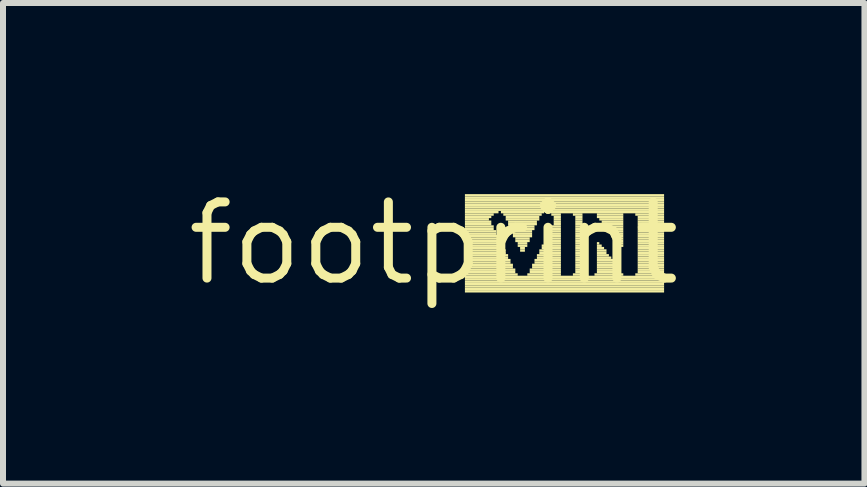
<source format=kicad_pcb>
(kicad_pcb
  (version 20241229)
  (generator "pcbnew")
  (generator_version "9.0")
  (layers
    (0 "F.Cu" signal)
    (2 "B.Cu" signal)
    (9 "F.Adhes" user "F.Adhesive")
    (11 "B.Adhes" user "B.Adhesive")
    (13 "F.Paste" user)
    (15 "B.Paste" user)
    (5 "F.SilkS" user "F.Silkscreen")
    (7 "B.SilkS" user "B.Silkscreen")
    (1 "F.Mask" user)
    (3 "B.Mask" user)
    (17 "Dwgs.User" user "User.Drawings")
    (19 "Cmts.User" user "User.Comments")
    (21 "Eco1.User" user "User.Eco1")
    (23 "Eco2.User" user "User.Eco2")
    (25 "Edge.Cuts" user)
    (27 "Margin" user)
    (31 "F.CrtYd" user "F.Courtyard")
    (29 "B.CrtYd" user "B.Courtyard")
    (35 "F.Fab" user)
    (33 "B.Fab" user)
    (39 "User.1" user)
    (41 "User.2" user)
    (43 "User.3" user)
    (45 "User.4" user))
  (footprint "footprint"
    (layer "F.Cu")
    (at 4.18 1.006)
    (property "Reference" "footprint" (at 0 0 0) (layer "F.SilkS") (effects (font (size 1.27 1.27) (thickness 0.15))))
    (fp_poly (pts (xy 0.52 -0.78) (xy 3.84 -0.78) (xy 3.84 -0.82) (xy 0.52 -0.82)) (stroke (width 0) (type solid)) (fill yes) (layer "F.SilkS"))
    (fp_poly (pts (xy 0.52 -0.74) (xy 3.84 -0.74) (xy 3.84 -0.78) (xy 0.52 -0.78)) (stroke (width 0) (type solid)) (fill yes) (layer "F.SilkS"))
    (fp_poly (pts (xy 0.52 -0.7) (xy 3.84 -0.7) (xy 3.84 -0.74) (xy 0.52 -0.74)) (stroke (width 0) (type solid)) (fill yes) (layer "F.SilkS"))
    (fp_poly (pts (xy 0.52 -0.66) (xy 3.84 -0.66) (xy 3.84 -0.7) (xy 0.52 -0.7)) (stroke (width 0) (type solid)) (fill yes) (layer "F.SilkS"))
    (fp_poly (pts (xy 0.52 -0.62) (xy 3.84 -0.62) (xy 3.84 -0.66) (xy 0.52 -0.66)) (stroke (width 0) (type solid)) (fill yes) (layer "F.SilkS"))
    (fp_poly (pts (xy 0.52 -0.58) (xy 3.84 -0.58) (xy 3.84 -0.62) (xy 0.52 -0.62)) (stroke (width 0) (type solid)) (fill yes) (layer "F.SilkS"))
    (fp_poly (pts (xy 0.52 -0.54) (xy 3.84 -0.54) (xy 3.84 -0.58) (xy 0.52 -0.58)) (stroke (width 0) (type solid)) (fill yes) (layer "F.SilkS"))
    (fp_poly (pts (xy 0.52 -0.5) (xy 1.08 -0.5) (xy 1.08 -0.54) (xy 0.52 -0.54)) (stroke (width 0) (type solid)) (fill yes) (layer "F.SilkS"))
    (fp_poly (pts (xy 0.52 -0.46) (xy 1 -0.46) (xy 1 -0.5) (xy 0.52 -0.5)) (stroke (width 0) (type solid)) (fill yes) (layer "F.SilkS"))
    (fp_poly (pts (xy 0.52 -0.42) (xy 0.96 -0.42) (xy 0.96 -0.46) (xy 0.52 -0.46)) (stroke (width 0) (type solid)) (fill yes) (layer "F.SilkS"))
    (fp_poly (pts (xy 0.52 -0.38) (xy 0.92 -0.38) (xy 0.92 -0.42) (xy 0.52 -0.42)) (stroke (width 0) (type solid)) (fill yes) (layer "F.SilkS"))
    (fp_poly (pts (xy 0.52 -0.34) (xy 0.96 -0.34) (xy 0.96 -0.38) (xy 0.52 -0.38)) (stroke (width 0) (type solid)) (fill yes) (layer "F.SilkS"))
    (fp_poly (pts (xy 0.52 -0.3) (xy 0.96 -0.3) (xy 0.96 -0.34) (xy 0.52 -0.34)) (stroke (width 0) (type solid)) (fill yes) (layer "F.SilkS"))
    (fp_poly (pts (xy 0.52 -0.26) (xy 1 -0.26) (xy 1 -0.3) (xy 0.52 -0.3)) (stroke (width 0) (type solid)) (fill yes) (layer "F.SilkS"))
    (fp_poly (pts (xy 0.52 -0.22) (xy 1 -0.22) (xy 1 -0.26) (xy 0.52 -0.26)) (stroke (width 0) (type solid)) (fill yes) (layer "F.SilkS"))
    (fp_poly (pts (xy 0.52 -0.18) (xy 1.04 -0.18) (xy 1.04 -0.22) (xy 0.52 -0.22)) (stroke (width 0) (type solid)) (fill yes) (layer "F.SilkS"))
    (fp_poly (pts (xy 0.52 -0.14) (xy 1.04 -0.14) (xy 1.04 -0.18) (xy 0.52 -0.18)) (stroke (width 0) (type solid)) (fill yes) (layer "F.SilkS"))
    (fp_poly (pts (xy 0.52 -0.1) (xy 1.08 -0.1) (xy 1.08 -0.14) (xy 0.52 -0.14)) (stroke (width 0) (type solid)) (fill yes) (layer "F.SilkS"))
    (fp_poly (pts (xy 0.52 -0.06) (xy 1.08 -0.06) (xy 1.08 -0.1) (xy 0.52 -0.1)) (stroke (width 0) (type solid)) (fill yes) (layer "F.SilkS"))
    (fp_poly (pts (xy 0.52 -0.02) (xy 1.12 -0.02) (xy 1.12 -0.06) (xy 0.52 -0.06)) (stroke (width 0) (type solid)) (fill yes) (layer "F.SilkS"))
    (fp_poly (pts (xy 0.52 0.02) (xy 1.12 0.02) (xy 1.12 -0.02) (xy 0.52 -0.02)) (stroke (width 0) (type solid)) (fill yes) (layer "F.SilkS"))
    (fp_poly (pts (xy 0.52 0.06) (xy 1.16 0.06) (xy 1.16 0.02) (xy 0.52 0.02)) (stroke (width 0) (type solid)) (fill yes) (layer "F.SilkS"))
    (fp_poly (pts (xy 0.52 0.1) (xy 1.16 0.1) (xy 1.16 0.06) (xy 0.52 0.06)) (stroke (width 0) (type solid)) (fill yes) (layer "F.SilkS"))
    (fp_poly (pts (xy 0.52 0.14) (xy 1.2 0.14) (xy 1.2 0.1) (xy 0.52 0.1)) (stroke (width 0) (type solid)) (fill yes) (layer "F.SilkS"))
    (fp_poly (pts (xy 0.52 0.18) (xy 1.2 0.18) (xy 1.2 0.14) (xy 0.52 0.14)) (stroke (width 0) (type solid)) (fill yes) (layer "F.SilkS"))
    (fp_poly (pts (xy 0.52 0.22) (xy 1.24 0.22) (xy 1.24 0.18) (xy 0.52 0.18)) (stroke (width 0) (type solid)) (fill yes) (layer "F.SilkS"))
    (fp_poly (pts (xy 0.52 0.26) (xy 1.24 0.26) (xy 1.24 0.22) (xy 0.52 0.22)) (stroke (width 0) (type solid)) (fill yes) (layer "F.SilkS"))
    (fp_poly (pts (xy 0.52 0.3) (xy 1.28 0.3) (xy 1.28 0.26) (xy 0.52 0.26)) (stroke (width 0) (type solid)) (fill yes) (layer "F.SilkS"))
    (fp_poly (pts (xy 0.52 0.34) (xy 1.28 0.34) (xy 1.28 0.3) (xy 0.52 0.3)) (stroke (width 0) (type solid)) (fill yes) (layer "F.SilkS"))
    (fp_poly (pts (xy 0.52 0.38) (xy 1.32 0.38) (xy 1.32 0.34) (xy 0.52 0.34)) (stroke (width 0) (type solid)) (fill yes) (layer "F.SilkS"))
    (fp_poly (pts (xy 0.52 0.42) (xy 1.32 0.42) (xy 1.32 0.38) (xy 0.52 0.38)) (stroke (width 0) (type solid)) (fill yes) (layer "F.SilkS"))
    (fp_poly (pts (xy 0.52 0.46) (xy 1.36 0.46) (xy 1.36 0.42) (xy 0.52 0.42)) (stroke (width 0) (type solid)) (fill yes) (layer "F.SilkS"))
    (fp_poly (pts (xy 0.52 0.5) (xy 1.36 0.5) (xy 1.36 0.46) (xy 0.52 0.46)) (stroke (width 0) (type solid)) (fill yes) (layer "F.SilkS"))
    (fp_poly (pts (xy 0.52 0.54) (xy 1.4 0.54) (xy 1.4 0.5) (xy 0.52 0.5)) (stroke (width 0) (type solid)) (fill yes) (layer "F.SilkS"))
    (fp_poly (pts (xy 0.52 0.58) (xy 3.84 0.58) (xy 3.84 0.54) (xy 0.52 0.54)) (stroke (width 0) (type solid)) (fill yes) (layer "F.SilkS"))
    (fp_poly (pts (xy 0.52 0.62) (xy 3.84 0.62) (xy 3.84 0.58) (xy 0.52 0.58)) (stroke (width 0) (type solid)) (fill yes) (layer "F.SilkS"))
    (fp_poly (pts (xy 0.52 0.66) (xy 3.84 0.66) (xy 3.84 0.62) (xy 0.52 0.62)) (stroke (width 0) (type solid)) (fill yes) (layer "F.SilkS"))
    (fp_poly (pts (xy 0.52 0.7) (xy 3.84 0.7) (xy 3.84 0.66) (xy 0.52 0.66)) (stroke (width 0) (type solid)) (fill yes) (layer "F.SilkS"))
    (fp_poly (pts (xy 0.52 0.74) (xy 3.84 0.74) (xy 3.84 0.7) (xy 0.52 0.7)) (stroke (width 0) (type solid)) (fill yes) (layer "F.SilkS"))
    (fp_poly (pts (xy 0.52 0.78) (xy 3.84 0.78) (xy 3.84 0.74) (xy 0.52 0.74)) (stroke (width 0) (type solid)) (fill yes) (layer "F.SilkS"))
    (fp_poly (pts (xy 0.52 0.82) (xy 3.84 0.82) (xy 3.84 0.78) (xy 0.52 0.78)) (stroke (width 0) (type solid)) (fill yes) (layer "F.SilkS"))
    (fp_poly (pts (xy 1.12 -0.5) (xy 1.84 -0.5) (xy 1.84 -0.54) (xy 1.12 -0.54)) (stroke (width 0) (type solid)) (fill yes) (layer "F.SilkS"))
    (fp_poly (pts (xy 1.16 -0.46) (xy 1.8 -0.46) (xy 1.8 -0.5) (xy 1.16 -0.5)) (stroke (width 0) (type solid)) (fill yes) (layer "F.SilkS"))
    (fp_poly (pts (xy 1.2 -0.42) (xy 1.76 -0.42) (xy 1.76 -0.46) (xy 1.2 -0.46)) (stroke (width 0) (type solid)) (fill yes) (layer "F.SilkS"))
    (fp_poly (pts (xy 1.2 -0.38) (xy 1.76 -0.38) (xy 1.76 -0.42) (xy 1.2 -0.42)) (stroke (width 0) (type solid)) (fill yes) (layer "F.SilkS"))
    (fp_poly (pts (xy 1.24 -0.34) (xy 1.72 -0.34) (xy 1.72 -0.38) (xy 1.24 -0.38)) (stroke (width 0) (type solid)) (fill yes) (layer "F.SilkS"))
    (fp_poly (pts (xy 1.24 -0.3) (xy 1.72 -0.3) (xy 1.72 -0.34) (xy 1.24 -0.34)) (stroke (width 0) (type solid)) (fill yes) (layer "F.SilkS"))
    (fp_poly (pts (xy 1.24 -0.26) (xy 1.68 -0.26) (xy 1.68 -0.3) (xy 1.24 -0.3)) (stroke (width 0) (type solid)) (fill yes) (layer "F.SilkS"))
    (fp_poly (pts (xy 1.28 -0.22) (xy 1.68 -0.22) (xy 1.68 -0.26) (xy 1.28 -0.26)) (stroke (width 0) (type solid)) (fill yes) (layer "F.SilkS"))
    (fp_poly (pts (xy 1.28 -0.18) (xy 1.64 -0.18) (xy 1.64 -0.22) (xy 1.28 -0.22)) (stroke (width 0) (type solid)) (fill yes) (layer "F.SilkS"))
    (fp_poly (pts (xy 1.32 -0.14) (xy 1.64 -0.14) (xy 1.64 -0.18) (xy 1.32 -0.18)) (stroke (width 0) (type solid)) (fill yes) (layer "F.SilkS"))
    (fp_poly (pts (xy 1.32 -0.1) (xy 1.64 -0.1) (xy 1.64 -0.14) (xy 1.32 -0.14)) (stroke (width 0) (type solid)) (fill yes) (layer "F.SilkS"))
    (fp_poly (pts (xy 1.36 -0.06) (xy 1.6 -0.06) (xy 1.6 -0.1) (xy 1.36 -0.1)) (stroke (width 0) (type solid)) (fill yes) (layer "F.SilkS"))
    (fp_poly (pts (xy 1.36 -0.02) (xy 1.6 -0.02) (xy 1.6 -0.06) (xy 1.36 -0.06)) (stroke (width 0) (type solid)) (fill yes) (layer "F.SilkS"))
    (fp_poly (pts (xy 1.4 0.02) (xy 1.56 0.02) (xy 1.56 -0.02) (xy 1.4 -0.02)) (stroke (width 0) (type solid)) (fill yes) (layer "F.SilkS"))
    (fp_poly (pts (xy 1.4 0.06) (xy 1.56 0.06) (xy 1.56 0.02) (xy 1.4 0.02)) (stroke (width 0) (type solid)) (fill yes) (layer "F.SilkS"))
    (fp_poly (pts (xy 1.44 0.1) (xy 1.52 0.1) (xy 1.52 0.06) (xy 1.44 0.06)) (stroke (width 0) (type solid)) (fill yes) (layer "F.SilkS"))
    (fp_poly (pts (xy 1.44 0.14) (xy 1.52 0.14) (xy 1.52 0.1) (xy 1.44 0.1)) (stroke (width 0) (type solid)) (fill yes) (layer "F.SilkS"))
    (fp_poly (pts (xy 1.56 0.54) (xy 2.12 0.54) (xy 2.12 0.5) (xy 1.56 0.5)) (stroke (width 0) (type solid)) (fill yes) (layer "F.SilkS"))
    (fp_poly (pts (xy 1.6 0.46) (xy 2.12 0.46) (xy 2.12 0.42) (xy 1.6 0.42)) (stroke (width 0) (type solid)) (fill yes) (layer "F.SilkS"))
    (fp_poly (pts (xy 1.6 0.5) (xy 2.12 0.5) (xy 2.12 0.46) (xy 1.6 0.46)) (stroke (width 0) (type solid)) (fill yes) (layer "F.SilkS"))
    (fp_poly (pts (xy 1.64 0.38) (xy 2.12 0.38) (xy 2.12 0.34) (xy 1.64 0.34)) (stroke (width 0) (type solid)) (fill yes) (layer "F.SilkS"))
    (fp_poly (pts (xy 1.64 0.42) (xy 2.12 0.42) (xy 2.12 0.38) (xy 1.64 0.38)) (stroke (width 0) (type solid)) (fill yes) (layer "F.SilkS"))
    (fp_poly (pts (xy 1.68 0.3) (xy 2.12 0.3) (xy 2.12 0.26) (xy 1.68 0.26)) (stroke (width 0) (type solid)) (fill yes) (layer "F.SilkS"))
    (fp_poly (pts (xy 1.68 0.34) (xy 2.12 0.34) (xy 2.12 0.3) (xy 1.68 0.3)) (stroke (width 0) (type solid)) (fill yes) (layer "F.SilkS"))
    (fp_poly (pts (xy 1.72 0.22) (xy 2.12 0.22) (xy 2.12 0.18) (xy 1.72 0.18)) (stroke (width 0) (type solid)) (fill yes) (layer "F.SilkS"))
    (fp_poly (pts (xy 1.72 0.26) (xy 2.12 0.26) (xy 2.12 0.22) (xy 1.72 0.22)) (stroke (width 0) (type solid)) (fill yes) (layer "F.SilkS"))
    (fp_poly (pts (xy 1.76 0.14) (xy 2.12 0.14) (xy 2.12 0.1) (xy 1.76 0.1)) (stroke (width 0) (type solid)) (fill yes) (layer "F.SilkS"))
    (fp_poly (pts (xy 1.76 0.18) (xy 2.12 0.18) (xy 2.12 0.14) (xy 1.76 0.14)) (stroke (width 0) (type solid)) (fill yes) (layer "F.SilkS"))
    (fp_poly (pts (xy 1.8 0.06) (xy 2.12 0.06) (xy 2.12 0.02) (xy 1.8 0.02)) (stroke (width 0) (type solid)) (fill yes) (layer "F.SilkS"))
    (fp_poly (pts (xy 1.8 0.1) (xy 2.12 0.1) (xy 2.12 0.06) (xy 1.8 0.06)) (stroke (width 0) (type solid)) (fill yes) (layer "F.SilkS"))
    (fp_poly (pts (xy 1.84 -0.02) (xy 2.12 -0.02) (xy 2.12 -0.06) (xy 1.84 -0.06)) (stroke (width 0) (type solid)) (fill yes) (layer "F.SilkS"))
    (fp_poly (pts (xy 1.84 0.02) (xy 2.12 0.02) (xy 2.12 -0.02) (xy 1.84 -0.02)) (stroke (width 0) (type solid)) (fill yes) (layer "F.SilkS"))
    (fp_poly (pts (xy 1.88 -0.5) (xy 3.84 -0.5) (xy 3.84 -0.54) (xy 1.88 -0.54)) (stroke (width 0) (type solid)) (fill yes) (layer "F.SilkS"))
    (fp_poly (pts (xy 1.88 -0.1) (xy 2.12 -0.1) (xy 2.12 -0.14) (xy 1.88 -0.14)) (stroke (width 0) (type solid)) (fill yes) (layer "F.SilkS"))
    (fp_poly (pts (xy 1.88 -0.06) (xy 2.12 -0.06) (xy 2.12 -0.1) (xy 1.88 -0.1)) (stroke (width 0) (type solid)) (fill yes) (layer "F.SilkS"))
    (fp_poly (pts (xy 1.92 -0.18) (xy 2.12 -0.18) (xy 2.12 -0.22) (xy 1.92 -0.22)) (stroke (width 0) (type solid)) (fill yes) (layer "F.SilkS"))
    (fp_poly (pts (xy 1.92 -0.14) (xy 2.12 -0.14) (xy 2.12 -0.18) (xy 1.92 -0.18)) (stroke (width 0) (type solid)) (fill yes) (layer "F.SilkS"))
    (fp_poly (pts (xy 1.96 -0.46) (xy 2.12 -0.46) (xy 2.12 -0.5) (xy 1.96 -0.5)) (stroke (width 0) (type solid)) (fill yes) (layer "F.SilkS"))
    (fp_poly (pts (xy 1.96 -0.26) (xy 2.12 -0.26) (xy 2.12 -0.3) (xy 1.96 -0.3)) (stroke (width 0) (type solid)) (fill yes) (layer "F.SilkS"))
    (fp_poly (pts (xy 1.96 -0.22) (xy 2.12 -0.22) (xy 2.12 -0.26) (xy 1.96 -0.26)) (stroke (width 0) (type solid)) (fill yes) (layer "F.SilkS"))
    (fp_poly (pts (xy 2 -0.42) (xy 2.12 -0.42) (xy 2.12 -0.46) (xy 2 -0.46)) (stroke (width 0) (type solid)) (fill yes) (layer "F.SilkS"))
    (fp_poly (pts (xy 2 -0.38) (xy 2.12 -0.38) (xy 2.12 -0.42) (xy 2 -0.42)) (stroke (width 0) (type solid)) (fill yes) (layer "F.SilkS"))
    (fp_poly (pts (xy 2 -0.34) (xy 2.12 -0.34) (xy 2.12 -0.38) (xy 2 -0.38)) (stroke (width 0) (type solid)) (fill yes) (layer "F.SilkS"))
    (fp_poly (pts (xy 2 -0.3) (xy 2.12 -0.3) (xy 2.12 -0.34) (xy 2 -0.34)) (stroke (width 0) (type solid)) (fill yes) (layer "F.SilkS"))
    (fp_poly (pts (xy 2.32 -0.46) (xy 2.48 -0.46) (xy 2.48 -0.5) (xy 2.32 -0.5)) (stroke (width 0) (type solid)) (fill yes) (layer "F.SilkS"))
    (fp_poly (pts (xy 2.32 0.54) (xy 2.52 0.54) (xy 2.52 0.5) (xy 2.32 0.5)) (stroke (width 0) (type solid)) (fill yes) (layer "F.SilkS"))
    (fp_poly (pts (xy 2.36 -0.42) (xy 2.48 -0.42) (xy 2.48 -0.46) (xy 2.36 -0.46)) (stroke (width 0) (type solid)) (fill yes) (layer "F.SilkS"))
    (fp_poly (pts (xy 2.36 -0.38) (xy 2.48 -0.38) (xy 2.48 -0.42) (xy 2.36 -0.42)) (stroke (width 0) (type solid)) (fill yes) (layer "F.SilkS"))
    (fp_poly (pts (xy 2.36 -0.34) (xy 2.48 -0.34) (xy 2.48 -0.38) (xy 2.36 -0.38)) (stroke (width 0) (type solid)) (fill yes) (layer "F.SilkS"))
    (fp_poly (pts (xy 2.36 -0.3) (xy 2.48 -0.3) (xy 2.48 -0.34) (xy 2.36 -0.34)) (stroke (width 0) (type solid)) (fill yes) (layer "F.SilkS"))
    (fp_poly (pts (xy 2.36 -0.26) (xy 2.48 -0.26) (xy 2.48 -0.3) (xy 2.36 -0.3)) (stroke (width 0) (type solid)) (fill yes) (layer "F.SilkS"))
    (fp_poly (pts (xy 2.36 -0.22) (xy 2.48 -0.22) (xy 2.48 -0.26) (xy 2.36 -0.26)) (stroke (width 0) (type solid)) (fill yes) (layer "F.SilkS"))
    (fp_poly (pts (xy 2.36 -0.18) (xy 2.48 -0.18) (xy 2.48 -0.22) (xy 2.36 -0.22)) (stroke (width 0) (type solid)) (fill yes) (layer "F.SilkS"))
    (fp_poly (pts (xy 2.36 -0.14) (xy 2.48 -0.14) (xy 2.48 -0.18) (xy 2.36 -0.18)) (stroke (width 0) (type solid)) (fill yes) (layer "F.SilkS"))
    (fp_poly (pts (xy 2.36 -0.1) (xy 2.48 -0.1) (xy 2.48 -0.14) (xy 2.36 -0.14)) (stroke (width 0) (type solid)) (fill yes) (layer "F.SilkS"))
    (fp_poly (pts (xy 2.36 -0.06) (xy 2.48 -0.06) (xy 2.48 -0.1) (xy 2.36 -0.1)) (stroke (width 0) (type solid)) (fill yes) (layer "F.SilkS"))
    (fp_poly (pts (xy 2.36 -0.02) (xy 2.48 -0.02) (xy 2.48 -0.06) (xy 2.36 -0.06)) (stroke (width 0) (type solid)) (fill yes) (layer "F.SilkS"))
    (fp_poly (pts (xy 2.36 0.02) (xy 2.48 0.02) (xy 2.48 -0.02) (xy 2.36 -0.02)) (stroke (width 0) (type solid)) (fill yes) (layer "F.SilkS"))
    (fp_poly (pts (xy 2.36 0.06) (xy 2.48 0.06) (xy 2.48 0.02) (xy 2.36 0.02)) (stroke (width 0) (type solid)) (fill yes) (layer "F.SilkS"))
    (fp_poly (pts (xy 2.36 0.1) (xy 2.48 0.1) (xy 2.48 0.06) (xy 2.36 0.06)) (stroke (width 0) (type solid)) (fill yes) (layer "F.SilkS"))
    (fp_poly (pts (xy 2.36 0.14) (xy 2.48 0.14) (xy 2.48 0.1) (xy 2.36 0.1)) (stroke (width 0) (type solid)) (fill yes) (layer "F.SilkS"))
    (fp_poly (pts (xy 2.36 0.18) (xy 2.48 0.18) (xy 2.48 0.14) (xy 2.36 0.14)) (stroke (width 0) (type solid)) (fill yes) (layer "F.SilkS"))
    (fp_poly (pts (xy 2.36 0.22) (xy 2.48 0.22) (xy 2.48 0.18) (xy 2.36 0.18)) (stroke (width 0) (type solid)) (fill yes) (layer "F.SilkS"))
    (fp_poly (pts (xy 2.36 0.26) (xy 2.48 0.26) (xy 2.48 0.22) (xy 2.36 0.22)) (stroke (width 0) (type solid)) (fill yes) (layer "F.SilkS"))
    (fp_poly (pts (xy 2.36 0.3) (xy 2.48 0.3) (xy 2.48 0.26) (xy 2.36 0.26)) (stroke (width 0) (type solid)) (fill yes) (layer "F.SilkS"))
    (fp_poly (pts (xy 2.36 0.34) (xy 2.48 0.34) (xy 2.48 0.3) (xy 2.36 0.3)) (stroke (width 0) (type solid)) (fill yes) (layer "F.SilkS"))
    (fp_poly (pts (xy 2.36 0.38) (xy 2.48 0.38) (xy 2.48 0.34) (xy 2.36 0.34)) (stroke (width 0) (type solid)) (fill yes) (layer "F.SilkS"))
    (fp_poly (pts (xy 2.36 0.42) (xy 2.48 0.42) (xy 2.48 0.38) (xy 2.36 0.38)) (stroke (width 0) (type solid)) (fill yes) (layer "F.SilkS"))
    (fp_poly (pts (xy 2.36 0.46) (xy 2.48 0.46) (xy 2.48 0.42) (xy 2.36 0.42)) (stroke (width 0) (type solid)) (fill yes) (layer "F.SilkS"))
    (fp_poly (pts (xy 2.36 0.5) (xy 2.48 0.5) (xy 2.48 0.46) (xy 2.36 0.46)) (stroke (width 0) (type solid)) (fill yes) (layer "F.SilkS"))
    (fp_poly (pts (xy 2.68 0.54) (xy 3.16 0.54) (xy 3.16 0.5) (xy 2.68 0.5)) (stroke (width 0) (type solid)) (fill yes) (layer "F.SilkS"))
    (fp_poly (pts (xy 2.72 -0.46) (xy 3.16 -0.46) (xy 3.16 -0.5) (xy 2.72 -0.5)) (stroke (width 0) (type solid)) (fill yes) (layer "F.SilkS"))
    (fp_poly (pts (xy 2.72 -0.42) (xy 3.16 -0.42) (xy 3.16 -0.46) (xy 2.72 -0.46)) (stroke (width 0) (type solid)) (fill yes) (layer "F.SilkS"))
    (fp_poly (pts (xy 2.72 0.02) (xy 2.76 0.02) (xy 2.76 -0.02) (xy 2.72 -0.02)) (stroke (width 0) (type solid)) (fill yes) (layer "F.SilkS"))
    (fp_poly (pts (xy 2.72 0.06) (xy 2.8 0.06) (xy 2.8 0.02) (xy 2.72 0.02)) (stroke (width 0) (type solid)) (fill yes) (layer "F.SilkS"))
    (fp_poly (pts (xy 2.72 0.1) (xy 2.84 0.1) (xy 2.84 0.06) (xy 2.72 0.06)) (stroke (width 0) (type solid)) (fill yes) (layer "F.SilkS"))
    (fp_poly (pts (xy 2.72 0.14) (xy 2.88 0.14) (xy 2.88 0.1) (xy 2.72 0.1)) (stroke (width 0) (type solid)) (fill yes) (layer "F.SilkS"))
    (fp_poly (pts (xy 2.72 0.18) (xy 2.88 0.18) (xy 2.88 0.14) (xy 2.72 0.14)) (stroke (width 0) (type solid)) (fill yes) (layer "F.SilkS"))
    (fp_poly (pts (xy 2.72 0.22) (xy 2.92 0.22) (xy 2.92 0.18) (xy 2.72 0.18)) (stroke (width 0) (type solid)) (fill yes) (layer "F.SilkS"))
    (fp_poly (pts (xy 2.72 0.26) (xy 2.96 0.26) (xy 2.96 0.22) (xy 2.72 0.22)) (stroke (width 0) (type solid)) (fill yes) (layer "F.SilkS"))
    (fp_poly (pts (xy 2.72 0.3) (xy 3 0.3) (xy 3 0.26) (xy 2.72 0.26)) (stroke (width 0) (type solid)) (fill yes) (layer "F.SilkS"))
    (fp_poly (pts (xy 2.72 0.34) (xy 3 0.34) (xy 3 0.3) (xy 2.72 0.3)) (stroke (width 0) (type solid)) (fill yes) (layer "F.SilkS"))
    (fp_poly (pts (xy 2.72 0.38) (xy 3.04 0.38) (xy 3.04 0.34) (xy 2.72 0.34)) (stroke (width 0) (type solid)) (fill yes) (layer "F.SilkS"))
    (fp_poly (pts (xy 2.72 0.42) (xy 3.08 0.42) (xy 3.08 0.38) (xy 2.72 0.38)) (stroke (width 0) (type solid)) (fill yes) (layer "F.SilkS"))
    (fp_poly (pts (xy 2.72 0.46) (xy 3.12 0.46) (xy 3.12 0.42) (xy 2.72 0.42)) (stroke (width 0) (type solid)) (fill yes) (layer "F.SilkS"))
    (fp_poly (pts (xy 2.72 0.5) (xy 3.12 0.5) (xy 3.12 0.46) (xy 2.72 0.46)) (stroke (width 0) (type solid)) (fill yes) (layer "F.SilkS"))
    (fp_poly (pts (xy 2.76 -0.38) (xy 3.16 -0.38) (xy 3.16 -0.42) (xy 2.76 -0.42)) (stroke (width 0) (type solid)) (fill yes) (layer "F.SilkS"))
    (fp_poly (pts (xy 2.8 -0.34) (xy 3.16 -0.34) (xy 3.16 -0.38) (xy 2.8 -0.38)) (stroke (width 0) (type solid)) (fill yes) (layer "F.SilkS"))
    (fp_poly (pts (xy 2.84 -0.3) (xy 3.16 -0.3) (xy 3.16 -0.34) (xy 2.84 -0.34)) (stroke (width 0) (type solid)) (fill yes) (layer "F.SilkS"))
    (fp_poly (pts (xy 2.84 -0.26) (xy 3.16 -0.26) (xy 3.16 -0.3) (xy 2.84 -0.3)) (stroke (width 0) (type solid)) (fill yes) (layer "F.SilkS"))
    (fp_poly (pts (xy 2.88 -0.22) (xy 3.16 -0.22) (xy 3.16 -0.26) (xy 2.88 -0.26)) (stroke (width 0) (type solid)) (fill yes) (layer "F.SilkS"))
    (fp_poly (pts (xy 2.92 -0.18) (xy 3.16 -0.18) (xy 3.16 -0.22) (xy 2.92 -0.22)) (stroke (width 0) (type solid)) (fill yes) (layer "F.SilkS"))
    (fp_poly (pts (xy 2.96 -0.14) (xy 3.16 -0.14) (xy 3.16 -0.18) (xy 2.96 -0.18)) (stroke (width 0) (type solid)) (fill yes) (layer "F.SilkS"))
    (fp_poly (pts (xy 2.96 -0.1) (xy 3.16 -0.1) (xy 3.16 -0.14) (xy 2.96 -0.14)) (stroke (width 0) (type solid)) (fill yes) (layer "F.SilkS"))
    (fp_poly (pts (xy 3 -0.06) (xy 3.16 -0.06) (xy 3.16 -0.1) (xy 3 -0.1)) (stroke (width 0) (type solid)) (fill yes) (layer "F.SilkS"))
    (fp_poly (pts (xy 3.04 -0.02) (xy 3.16 -0.02) (xy 3.16 -0.06) (xy 3.04 -0.06)) (stroke (width 0) (type solid)) (fill yes) (layer "F.SilkS"))
    (fp_poly (pts (xy 3.08 0.02) (xy 3.16 0.02) (xy 3.16 -0.02) (xy 3.08 -0.02)) (stroke (width 0) (type solid)) (fill yes) (layer "F.SilkS"))
    (fp_poly (pts (xy 3.08 0.06) (xy 3.16 0.06) (xy 3.16 0.02) (xy 3.08 0.02)) (stroke (width 0) (type solid)) (fill yes) (layer "F.SilkS"))
    (fp_poly (pts (xy 3.36 -0.46) (xy 3.84 -0.46) (xy 3.84 -0.5) (xy 3.36 -0.5)) (stroke (width 0) (type solid)) (fill yes) (layer "F.SilkS"))
    (fp_poly (pts (xy 3.36 0.54) (xy 3.84 0.54) (xy 3.84 0.5) (xy 3.36 0.5)) (stroke (width 0) (type solid)) (fill yes) (layer "F.SilkS"))
    (fp_poly (pts (xy 3.4 -0.42) (xy 3.84 -0.42) (xy 3.84 -0.46) (xy 3.4 -0.46)) (stroke (width 0) (type solid)) (fill yes) (layer "F.SilkS"))
    (fp_poly (pts (xy 3.4 -0.38) (xy 3.84 -0.38) (xy 3.84 -0.42) (xy 3.4 -0.42)) (stroke (width 0) (type solid)) (fill yes) (layer "F.SilkS"))
    (fp_poly (pts (xy 3.4 -0.34) (xy 3.84 -0.34) (xy 3.84 -0.38) (xy 3.4 -0.38)) (stroke (width 0) (type solid)) (fill yes) (layer "F.SilkS"))
    (fp_poly (pts (xy 3.4 -0.3) (xy 3.84 -0.3) (xy 3.84 -0.34) (xy 3.4 -0.34)) (stroke (width 0) (type solid)) (fill yes) (layer "F.SilkS"))
    (fp_poly (pts (xy 3.4 -0.26) (xy 3.84 -0.26) (xy 3.84 -0.3) (xy 3.4 -0.3)) (stroke (width 0) (type solid)) (fill yes) (layer "F.SilkS"))
    (fp_poly (pts (xy 3.4 -0.22) (xy 3.84 -0.22) (xy 3.84 -0.26) (xy 3.4 -0.26)) (stroke (width 0) (type solid)) (fill yes) (layer "F.SilkS"))
    (fp_poly (pts (xy 3.4 -0.18) (xy 3.84 -0.18) (xy 3.84 -0.22) (xy 3.4 -0.22)) (stroke (width 0) (type solid)) (fill yes) (layer "F.SilkS"))
    (fp_poly (pts (xy 3.4 -0.14) (xy 3.84 -0.14) (xy 3.84 -0.18) (xy 3.4 -0.18)) (stroke (width 0) (type solid)) (fill yes) (layer "F.SilkS"))
    (fp_poly (pts (xy 3.4 -0.1) (xy 3.84 -0.1) (xy 3.84 -0.14) (xy 3.4 -0.14)) (stroke (width 0) (type solid)) (fill yes) (layer "F.SilkS"))
    (fp_poly (pts (xy 3.4 -0.06) (xy 3.84 -0.06) (xy 3.84 -0.1) (xy 3.4 -0.1)) (stroke (width 0) (type solid)) (fill yes) (layer "F.SilkS"))
    (fp_poly (pts (xy 3.4 -0.02) (xy 3.84 -0.02) (xy 3.84 -0.06) (xy 3.4 -0.06)) (stroke (width 0) (type solid)) (fill yes) (layer "F.SilkS"))
    (fp_poly (pts (xy 3.4 0.02) (xy 3.84 0.02) (xy 3.84 -0.02) (xy 3.4 -0.02)) (stroke (width 0) (type solid)) (fill yes) (layer "F.SilkS"))
    (fp_poly (pts (xy 3.4 0.06) (xy 3.84 0.06) (xy 3.84 0.02) (xy 3.4 0.02)) (stroke (width 0) (type solid)) (fill yes) (layer "F.SilkS"))
    (fp_poly (pts (xy 3.4 0.1) (xy 3.84 0.1) (xy 3.84 0.06) (xy 3.4 0.06)) (stroke (width 0) (type solid)) (fill yes) (layer "F.SilkS"))
    (fp_poly (pts (xy 3.4 0.14) (xy 3.84 0.14) (xy 3.84 0.1) (xy 3.4 0.1)) (stroke (width 0) (type solid)) (fill yes) (layer "F.SilkS"))
    (fp_poly (pts (xy 3.4 0.18) (xy 3.84 0.18) (xy 3.84 0.14) (xy 3.4 0.14)) (stroke (width 0) (type solid)) (fill yes) (layer "F.SilkS"))
    (fp_poly (pts (xy 3.4 0.22) (xy 3.84 0.22) (xy 3.84 0.18) (xy 3.4 0.18)) (stroke (width 0) (type solid)) (fill yes) (layer "F.SilkS"))
    (fp_poly (pts (xy 3.4 0.26) (xy 3.84 0.26) (xy 3.84 0.22) (xy 3.4 0.22)) (stroke (width 0) (type solid)) (fill yes) (layer "F.SilkS"))
    (fp_poly (pts (xy 3.4 0.3) (xy 3.84 0.3) (xy 3.84 0.26) (xy 3.4 0.26)) (stroke (width 0) (type solid)) (fill yes) (layer "F.SilkS"))
    (fp_poly (pts (xy 3.4 0.34) (xy 3.84 0.34) (xy 3.84 0.3) (xy 3.4 0.3)) (stroke (width 0) (type solid)) (fill yes) (layer "F.SilkS"))
    (fp_poly (pts (xy 3.4 0.38) (xy 3.84 0.38) (xy 3.84 0.34) (xy 3.4 0.34)) (stroke (width 0) (type solid)) (fill yes) (layer "F.SilkS"))
    (fp_poly (pts (xy 3.4 0.42) (xy 3.84 0.42) (xy 3.84 0.38) (xy 3.4 0.38)) (stroke (width 0) (type solid)) (fill yes) (layer "F.SilkS"))
    (fp_poly (pts (xy 3.4 0.46) (xy 3.84 0.46) (xy 3.84 0.42) (xy 3.4 0.42)) (stroke (width 0) (type solid)) (fill yes) (layer "F.SilkS"))
    (fp_poly (pts (xy 3.4 0.5) (xy 3.84 0.5) (xy 3.84 0.46) (xy 3.4 0.46)) (stroke (width 0) (type solid)) (fill yes) (layer "F.SilkS")))
  (gr_rect
    (start -3 -3)
    (end 11.36 5.012)
    (stroke (width 0.1) (type default))
    (fill no)
    (layer "Edge.Cuts")))
</source>
